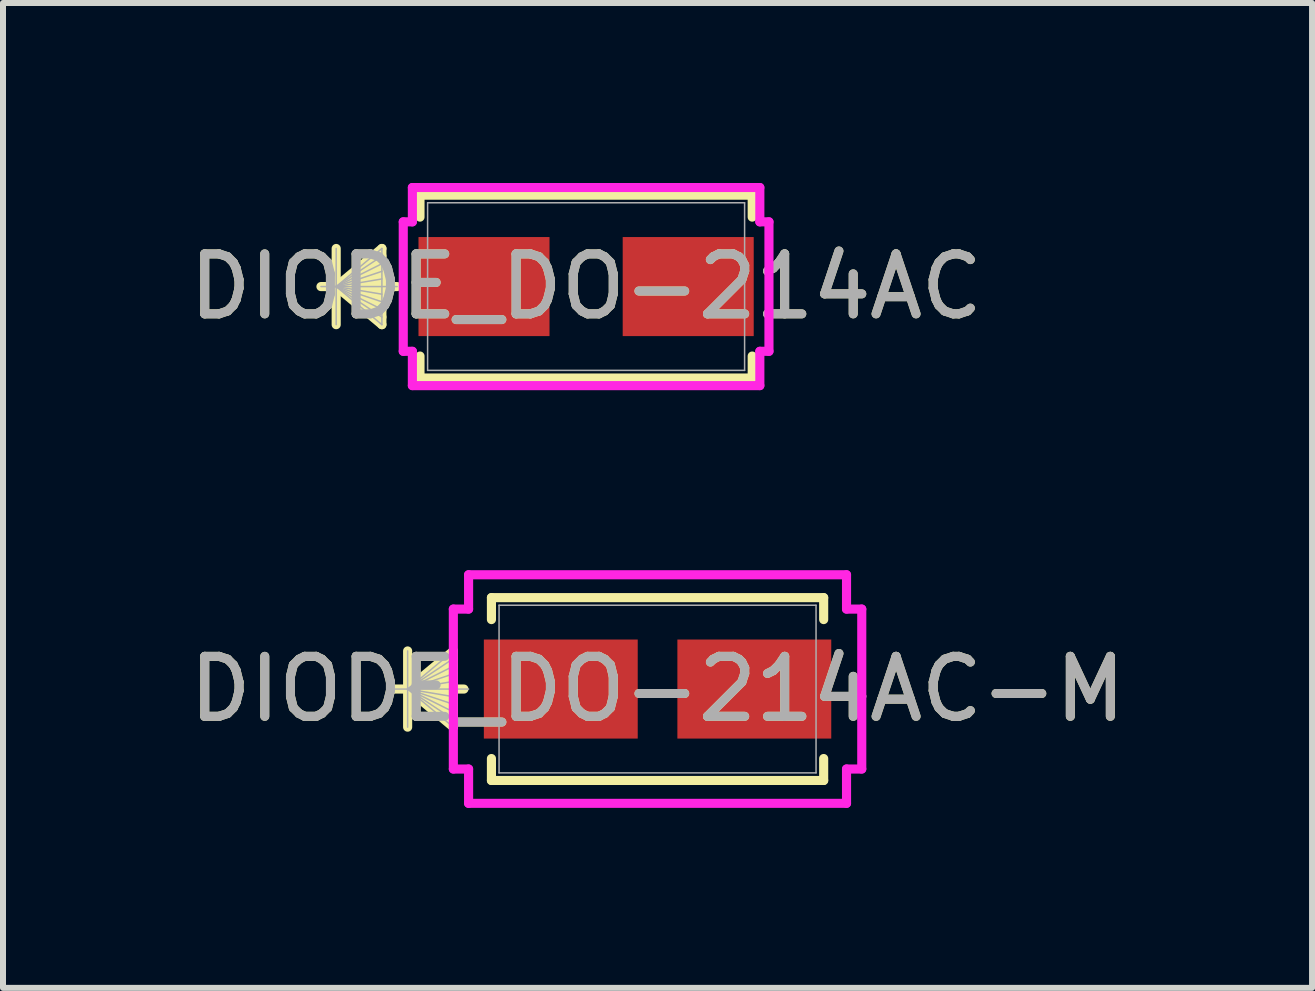
<source format=kicad_pcb>
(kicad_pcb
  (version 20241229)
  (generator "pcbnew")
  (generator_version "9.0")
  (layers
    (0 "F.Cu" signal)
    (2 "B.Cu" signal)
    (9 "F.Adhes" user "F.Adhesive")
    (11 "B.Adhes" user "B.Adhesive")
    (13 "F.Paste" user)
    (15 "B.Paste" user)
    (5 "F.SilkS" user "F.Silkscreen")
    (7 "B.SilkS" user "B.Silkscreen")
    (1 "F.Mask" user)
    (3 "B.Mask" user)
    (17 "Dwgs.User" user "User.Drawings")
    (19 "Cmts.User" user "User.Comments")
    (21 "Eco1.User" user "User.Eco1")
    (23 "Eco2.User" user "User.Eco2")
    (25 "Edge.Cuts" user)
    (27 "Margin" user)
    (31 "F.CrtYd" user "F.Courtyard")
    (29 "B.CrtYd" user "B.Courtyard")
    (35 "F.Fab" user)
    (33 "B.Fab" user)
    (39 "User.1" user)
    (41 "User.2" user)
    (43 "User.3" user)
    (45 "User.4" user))
  (footprint "DIODE_DO-214AC"
    (layer "F.Cu")
    (at 6.72 1.727)
    (property "Reference" "DIODE_DO-214AC" (at 0 0 0) (unlocked yes) (layer "F.SilkS") (effects (font (size 1 1) (thickness 0.15))))
    (attr smd)
    (fp_line (start -4.166 -0.635) (end -4.166 0.635) (stroke (width 0.152) (type solid)) (layer "F.SilkS"))
    (fp_line (start -4.166 0) (end -3.404 -0.635) (stroke (width 0.152) (type solid)) (layer "F.SilkS"))
    (fp_line (start -4.166 0) (end -3.404 -0.508) (stroke (width 0.152) (type solid)) (layer "F.SilkS"))
    (fp_line (start -4.166 0) (end -3.404 -0.381) (stroke (width 0.152) (type solid)) (layer "F.SilkS"))
    (fp_line (start -4.166 0) (end -3.404 -0.254) (stroke (width 0.152) (type solid)) (layer "F.SilkS"))
    (fp_line (start -4.166 0) (end -3.404 -0.127) (stroke (width 0.152) (type solid)) (layer "F.SilkS"))
    (fp_line (start -4.166 0) (end -3.404 0.127) (stroke (width 0.152) (type solid)) (layer "F.SilkS"))
    (fp_line (start -4.166 0) (end -3.404 0.254) (stroke (width 0.152) (type solid)) (layer "F.SilkS"))
    (fp_line (start -4.166 0) (end -3.404 0.381) (stroke (width 0.152) (type solid)) (layer "F.SilkS"))
    (fp_line (start -4.166 0) (end -3.404 0.508) (stroke (width 0.152) (type solid)) (layer "F.SilkS"))
    (fp_line (start -4.166 0) (end -3.404 0.635) (stroke (width 0.152) (type solid)) (layer "F.SilkS"))
    (fp_line (start -3.404 -0.635) (end -3.404 0.635) (stroke (width 0.152) (type solid)) (layer "F.SilkS"))
    (fp_line (start -3.15 0) (end -4.42 0) (stroke (width 0.152) (type solid)) (layer "F.SilkS"))
    (fp_line (start -2.769 -1.524) (end -2.769 -1.158) (stroke (width 0.152) (type solid)) (layer "F.SilkS"))
    (fp_line (start -2.769 1.158) (end -2.769 1.524) (stroke (width 0.152) (type solid)) (layer "F.SilkS"))
    (fp_line (start -2.769 1.524) (end 2.769 1.524) (stroke (width 0.152) (type solid)) (layer "F.SilkS"))
    (fp_line (start 2.769 -1.524) (end -2.769 -1.524) (stroke (width 0.152) (type solid)) (layer "F.SilkS"))
    (fp_line (start 2.769 -1.158) (end 2.769 -1.524) (stroke (width 0.152) (type solid)) (layer "F.SilkS"))
    (fp_line (start 2.769 1.524) (end 2.769 1.158) (stroke (width 0.152) (type solid)) (layer "F.SilkS"))
    (fp_line (start -3.048 -1.079) (end -2.896 -1.079) (stroke (width 0.152) (type solid)) (layer "F.CrtYd"))
    (fp_line (start -3.048 1.079) (end -3.048 -1.079) (stroke (width 0.152) (type solid)) (layer "F.CrtYd"))
    (fp_line (start -2.896 -1.651) (end 2.896 -1.651) (stroke (width 0.152) (type solid)) (layer "F.CrtYd"))
    (fp_line (start -2.896 -1.079) (end -2.896 -1.651) (stroke (width 0.152) (type solid)) (layer "F.CrtYd"))
    (fp_line (start -2.896 1.079) (end -3.048 1.079) (stroke (width 0.152) (type solid)) (layer "F.CrtYd"))
    (fp_line (start -2.896 1.651) (end -2.896 1.079) (stroke (width 0.152) (type solid)) (layer "F.CrtYd"))
    (fp_line (start 2.896 -1.651) (end 2.896 -1.079) (stroke (width 0.152) (type solid)) (layer "F.CrtYd"))
    (fp_line (start 2.896 -1.079) (end 3.048 -1.079) (stroke (width 0.152) (type solid)) (layer "F.CrtYd"))
    (fp_line (start 2.896 1.079) (end 2.896 1.651) (stroke (width 0.152) (type solid)) (layer "F.CrtYd"))
    (fp_line (start 2.896 1.651) (end -2.896 1.651) (stroke (width 0.152) (type solid)) (layer "F.CrtYd"))
    (fp_line (start 3.048 -1.079) (end 3.048 1.079) (stroke (width 0.152) (type solid)) (layer "F.CrtYd"))
    (fp_line (start 3.048 1.079) (end 2.896 1.079) (stroke (width 0.152) (type solid)) (layer "F.CrtYd"))
    (fp_line (start -4.166 -0.635) (end -4.166 0.635) (stroke (width 0.025) (type solid)) (layer "F.Fab"))
    (fp_line (start -4.166 0) (end -3.404 -0.635) (stroke (width 0.025) (type solid)) (layer "F.Fab"))
    (fp_line (start -4.166 0) (end -3.404 -0.508) (stroke (width 0.025) (type solid)) (layer "F.Fab"))
    (fp_line (start -4.166 0) (end -3.404 -0.381) (stroke (width 0.025) (type solid)) (layer "F.Fab"))
    (fp_line (start -4.166 0) (end -3.404 -0.254) (stroke (width 0.025) (type solid)) (layer "F.Fab"))
    (fp_line (start -4.166 0) (end -3.404 -0.127) (stroke (width 0.025) (type solid)) (layer "F.Fab"))
    (fp_line (start -4.166 0) (end -3.404 0.127) (stroke (width 0.025) (type solid)) (layer "F.Fab"))
    (fp_line (start -4.166 0) (end -3.404 0.254) (stroke (width 0.025) (type solid)) (layer "F.Fab"))
    (fp_line (start -4.166 0) (end -3.404 0.381) (stroke (width 0.025) (type solid)) (layer "F.Fab"))
    (fp_line (start -4.166 0) (end -3.404 0.508) (stroke (width 0.025) (type solid)) (layer "F.Fab"))
    (fp_line (start -4.166 0) (end -3.404 0.635) (stroke (width 0.025) (type solid)) (layer "F.Fab"))
    (fp_line (start -3.404 -0.635) (end -3.404 0.635) (stroke (width 0.025) (type solid)) (layer "F.Fab"))
    (fp_line (start -3.15 0) (end -4.42 0) (stroke (width 0.025) (type solid)) (layer "F.Fab"))
    (fp_line (start -2.642 -1.397) (end -2.642 1.397) (stroke (width 0.025) (type solid)) (layer "F.Fab"))
    (fp_line (start -2.642 1.397) (end 2.642 1.397) (stroke (width 0.025) (type solid)) (layer "F.Fab"))
    (fp_line (start 2.642 -1.397) (end -2.642 -1.397) (stroke (width 0.025) (type solid)) (layer "F.Fab"))
    (fp_line (start 2.642 1.397) (end 2.642 -1.397) (stroke (width 0.025) (type solid)) (layer "F.Fab"))
    (fp_text user "${REFERENCE}" (at 0 0 0) (unlocked yes) (layer "F.Fab") (effects (font (size 1 1) (thickness 0.15))))
    (pad "1" smd rect (at -1.702 0 90) (size 1.651 2.184) (layers "F.Cu" "F.Mask" "F.Paste"))
    (pad "2" smd rect (at 1.702 0 90) (size 1.651 2.184) (layers "F.Cu" "F.Mask" "F.Paste"))
    (zone (net_name "") (layer "F.Cu") (hatch full 0.508) (connect_pads) (min_thickness 0.254) (filled_areas_thickness no) (keepout (tracks not_allowed) (vias not_allowed) (pads allowed) (copperpour not_allowed) (footprints allowed)) (placement (enabled no)) (fill) (polygon (pts (xy 4.129 0.381) (xy 9.311 0.381) (xy 9.311 0.851) (xy 4.129 0.851))))
    (zone (net_name "") (layer "F.Cu") (hatch full 0.508) (connect_pads) (min_thickness 0.254) (filled_areas_thickness no) (keepout (tracks not_allowed) (vias not_allowed) (pads allowed) (copperpour not_allowed) (footprints allowed)) (placement (enabled no)) (fill) (polygon (pts (xy 4.129 2.603) (xy 9.311 2.603) (xy 9.311 3.073) (xy 4.129 3.073))))
    (zone (net_name "") (layer "F.Cu") (hatch full 0.508) (connect_pads) (min_thickness 0.254) (filled_areas_thickness no) (keepout (tracks not_allowed) (vias not_allowed) (pads allowed) (copperpour not_allowed) (footprints allowed)) (placement (enabled no)) (fill) (polygon (pts (xy 6.161 0.851) (xy 7.279 0.851) (xy 7.279 2.603) (xy 6.161 2.603)))))
  (footprint "DIODE_DO-214AC-M"
    (layer "F.Cu")
    (at 7.911 8.436)
    (property "Reference" "DIODE_DO-214AC-M" (at 0 0 0) (unlocked yes) (layer "F.SilkS") (effects (font (size 1 1) (thickness 0.15))))
    (attr smd)
    (fp_line (start -4.166 -0.635) (end -4.166 0.635) (stroke (width 0.152) (type solid)) (layer "F.SilkS"))
    (fp_line (start -4.166 0) (end -3.404 -0.635) (stroke (width 0.152) (type solid)) (layer "F.SilkS"))
    (fp_line (start -4.166 0) (end -3.404 -0.508) (stroke (width 0.152) (type solid)) (layer "F.SilkS"))
    (fp_line (start -4.166 0) (end -3.404 -0.381) (stroke (width 0.152) (type solid)) (layer "F.SilkS"))
    (fp_line (start -4.166 0) (end -3.404 -0.254) (stroke (width 0.152) (type solid)) (layer "F.SilkS"))
    (fp_line (start -4.166 0) (end -3.404 -0.127) (stroke (width 0.152) (type solid)) (layer "F.SilkS"))
    (fp_line (start -4.166 0) (end -3.404 0.127) (stroke (width 0.152) (type solid)) (layer "F.SilkS"))
    (fp_line (start -4.166 0) (end -3.404 0.254) (stroke (width 0.152) (type solid)) (layer "F.SilkS"))
    (fp_line (start -4.166 0) (end -3.404 0.381) (stroke (width 0.152) (type solid)) (layer "F.SilkS"))
    (fp_line (start -4.166 0) (end -3.404 0.508) (stroke (width 0.152) (type solid)) (layer "F.SilkS"))
    (fp_line (start -4.166 0) (end -3.404 0.635) (stroke (width 0.152) (type solid)) (layer "F.SilkS"))
    (fp_line (start -3.404 -0.635) (end -3.404 0.635) (stroke (width 0.152) (type solid)) (layer "F.SilkS"))
    (fp_line (start -3.228 0) (end -4.42 0) (stroke (width 0.152) (type solid)) (layer "F.SilkS"))
    (fp_line (start -2.769 -1.524) (end -2.769 -1.158) (stroke (width 0.152) (type solid)) (layer "F.SilkS"))
    (fp_line (start -2.769 1.158) (end -2.769 1.524) (stroke (width 0.152) (type solid)) (layer "F.SilkS"))
    (fp_line (start -2.769 1.524) (end 2.769 1.524) (stroke (width 0.152) (type solid)) (layer "F.SilkS"))
    (fp_line (start 2.769 -1.524) (end -2.769 -1.524) (stroke (width 0.152) (type solid)) (layer "F.SilkS"))
    (fp_line (start 2.769 -1.158) (end 2.769 -1.524) (stroke (width 0.152) (type solid)) (layer "F.SilkS"))
    (fp_line (start 2.769 1.524) (end 2.769 1.158) (stroke (width 0.152) (type solid)) (layer "F.SilkS"))
    (fp_line (start -3.404 -1.333) (end -3.15 -1.333) (stroke (width 0.152) (type solid)) (layer "F.CrtYd"))
    (fp_line (start -3.404 1.333) (end -3.404 -1.333) (stroke (width 0.152) (type solid)) (layer "F.CrtYd"))
    (fp_line (start -3.15 -1.905) (end 3.15 -1.905) (stroke (width 0.152) (type solid)) (layer "F.CrtYd"))
    (fp_line (start -3.15 -1.333) (end -3.15 -1.905) (stroke (width 0.152) (type solid)) (layer "F.CrtYd"))
    (fp_line (start -3.15 1.333) (end -3.404 1.333) (stroke (width 0.152) (type solid)) (layer "F.CrtYd"))
    (fp_line (start -3.15 1.905) (end -3.15 1.333) (stroke (width 0.152) (type solid)) (layer "F.CrtYd"))
    (fp_line (start 3.15 -1.905) (end 3.15 -1.333) (stroke (width 0.152) (type solid)) (layer "F.CrtYd"))
    (fp_line (start 3.15 -1.333) (end 3.404 -1.333) (stroke (width 0.152) (type solid)) (layer "F.CrtYd"))
    (fp_line (start 3.15 1.333) (end 3.15 1.905) (stroke (width 0.152) (type solid)) (layer "F.CrtYd"))
    (fp_line (start 3.15 1.905) (end -3.15 1.905) (stroke (width 0.152) (type solid)) (layer "F.CrtYd"))
    (fp_line (start 3.404 -1.333) (end 3.404 1.333) (stroke (width 0.152) (type solid)) (layer "F.CrtYd"))
    (fp_line (start 3.404 1.333) (end 3.15 1.333) (stroke (width 0.152) (type solid)) (layer "F.CrtYd"))
    (fp_line (start -4.166 -0.635) (end -4.166 0.635) (stroke (width 0.025) (type solid)) (layer "F.Fab"))
    (fp_line (start -4.166 0) (end -3.404 -0.635) (stroke (width 0.025) (type solid)) (layer "F.Fab"))
    (fp_line (start -4.166 0) (end -3.404 -0.508) (stroke (width 0.025) (type solid)) (layer "F.Fab"))
    (fp_line (start -4.166 0) (end -3.404 -0.381) (stroke (width 0.025) (type solid)) (layer "F.Fab"))
    (fp_line (start -4.166 0) (end -3.404 -0.254) (stroke (width 0.025) (type solid)) (layer "F.Fab"))
    (fp_line (start -4.166 0) (end -3.404 -0.127) (stroke (width 0.025) (type solid)) (layer "F.Fab"))
    (fp_line (start -4.166 0) (end -3.404 0.127) (stroke (width 0.025) (type solid)) (layer "F.Fab"))
    (fp_line (start -4.166 0) (end -3.404 0.254) (stroke (width 0.025) (type solid)) (layer "F.Fab"))
    (fp_line (start -4.166 0) (end -3.404 0.381) (stroke (width 0.025) (type solid)) (layer "F.Fab"))
    (fp_line (start -4.166 0) (end -3.404 0.508) (stroke (width 0.025) (type solid)) (layer "F.Fab"))
    (fp_line (start -4.166 0) (end -3.404 0.635) (stroke (width 0.025) (type solid)) (layer "F.Fab"))
    (fp_line (start -3.404 -0.635) (end -3.404 0.635) (stroke (width 0.025) (type solid)) (layer "F.Fab"))
    (fp_line (start -3.15 0) (end -4.42 0) (stroke (width 0.025) (type solid)) (layer "F.Fab"))
    (fp_line (start -2.642 -1.397) (end -2.642 1.397) (stroke (width 0.025) (type solid)) (layer "F.Fab"))
    (fp_line (start -2.642 1.397) (end 2.642 1.397) (stroke (width 0.025) (type solid)) (layer "F.Fab"))
    (fp_line (start 2.642 -1.397) (end -2.642 -1.397) (stroke (width 0.025) (type solid)) (layer "F.Fab"))
    (fp_line (start 2.642 1.397) (end 2.642 -1.397) (stroke (width 0.025) (type solid)) (layer "F.Fab"))
    (fp_text user "${REFERENCE}" (at 0 0 0) (unlocked yes) (layer "F.Fab") (effects (font (size 1 1) (thickness 0.15))))
    (pad "1" smd rect (at -1.613 0 90) (size 1.651 2.565) (layers "F.Cu" "F.Mask" "F.Paste"))
    (pad "2" smd rect (at 1.613 0 90) (size 1.651 2.565) (layers "F.Cu" "F.Mask" "F.Paste"))
    (zone (net_name "") (layer "F.Cu") (hatch full 0.508) (connect_pads) (min_thickness 0.254) (filled_areas_thickness no) (keepout (tracks not_allowed) (vias not_allowed) (pads allowed) (copperpour not_allowed) (footprints allowed)) (placement (enabled no)) (fill) (polygon (pts (xy 5.32 7.089) (xy 10.502 7.089) (xy 10.502 7.559) (xy 5.32 7.559))))
    (zone (net_name "") (layer "F.Cu") (hatch full 0.508) (connect_pads) (min_thickness 0.254) (filled_areas_thickness no) (keepout (tracks not_allowed) (vias not_allowed) (pads allowed) (copperpour not_allowed) (footprints allowed)) (placement (enabled no)) (fill) (polygon (pts (xy 5.32 9.312) (xy 10.502 9.312) (xy 10.502 9.782) (xy 5.32 9.782))))
    (zone (net_name "") (layer "F.Cu") (hatch full 0.508) (connect_pads) (min_thickness 0.254) (filled_areas_thickness no) (keepout (tracks not_allowed) (vias not_allowed) (pads allowed) (copperpour not_allowed) (footprints allowed)) (placement (enabled no)) (fill) (polygon (pts (xy 7.631 7.559) (xy 8.19 7.559) (xy 8.19 9.312) (xy 7.631 9.312)))))
  (gr_rect
    (start -3 -3)
    (end 18.821 13.417)
    (stroke (width 0.1) (type default))
    (fill no)
    (layer "Edge.Cuts")))
</source>
